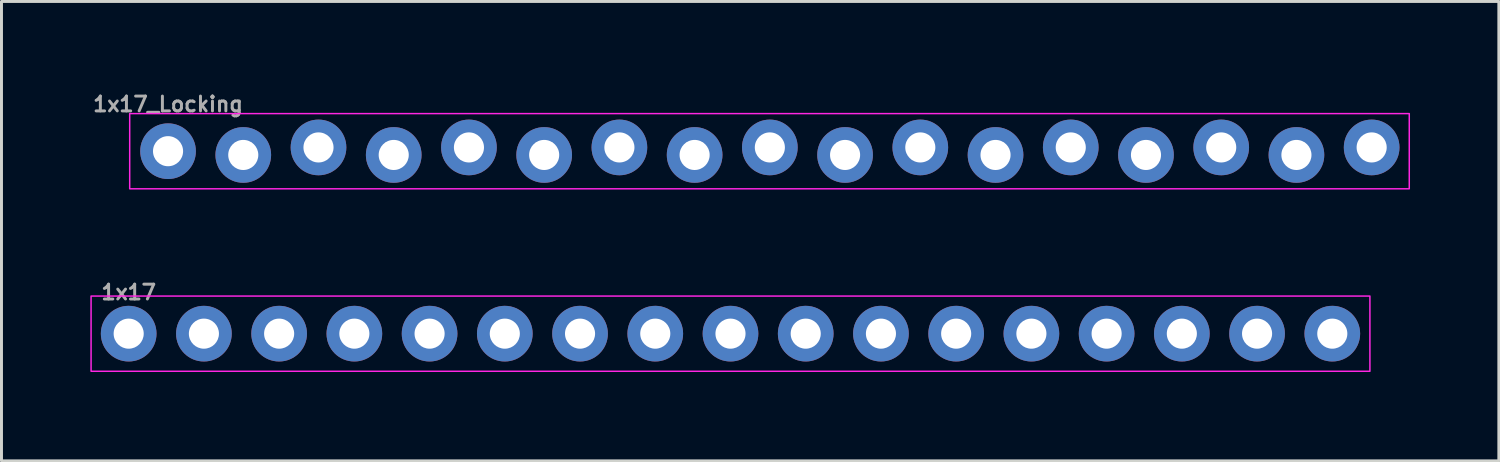
<source format=kicad_pcb>
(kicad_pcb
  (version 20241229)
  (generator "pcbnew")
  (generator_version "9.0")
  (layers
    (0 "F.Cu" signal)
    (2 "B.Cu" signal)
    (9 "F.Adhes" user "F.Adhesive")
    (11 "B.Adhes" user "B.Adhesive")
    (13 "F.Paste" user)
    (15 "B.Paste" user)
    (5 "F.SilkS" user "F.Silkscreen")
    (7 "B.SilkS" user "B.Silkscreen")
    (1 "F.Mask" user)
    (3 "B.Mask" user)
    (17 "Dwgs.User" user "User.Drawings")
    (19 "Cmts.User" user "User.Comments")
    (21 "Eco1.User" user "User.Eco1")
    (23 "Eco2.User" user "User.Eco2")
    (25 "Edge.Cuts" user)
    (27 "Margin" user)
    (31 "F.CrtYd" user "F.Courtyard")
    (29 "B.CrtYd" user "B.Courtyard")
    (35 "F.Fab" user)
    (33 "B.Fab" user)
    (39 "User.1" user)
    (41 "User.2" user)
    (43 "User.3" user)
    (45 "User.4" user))
  (footprint "1x17_Locking"
    (layer "F.Cu")
    (at 2.624 2.055)
    (property "Reference" "1x17_Locking" (at 0 -1.587 0) (layer "F.Fab") (effects (font (size 0.5 0.5) (thickness 0.1))))
    (fp_rect (start -1.295 -1.27) (end 41.91 1.27) (stroke (width 0.05) (type default)) (fill no) (layer "F.CrtYd"))
    (fp_poly (pts (xy -0.254 0.254) (xy 0.254 0.254) (xy 0.254 -0.254) (xy -0.254 -0.254)) (stroke (width 0.1) (type default)) (fill no) (layer "F.Fab"))
    (fp_poly (pts (xy 2.286 0.254) (xy 2.794 0.254) (xy 2.794 -0.254) (xy 2.286 -0.254)) (stroke (width 0.1) (type default)) (fill no) (layer "F.Fab"))
    (fp_poly (pts (xy 4.826 0.254) (xy 5.334 0.254) (xy 5.334 -0.254) (xy 4.826 -0.254)) (stroke (width 0.1) (type default)) (fill no) (layer "F.Fab"))
    (fp_poly (pts (xy 7.366 0.254) (xy 7.874 0.254) (xy 7.874 -0.254) (xy 7.366 -0.254)) (stroke (width 0.1) (type default)) (fill no) (layer "F.Fab"))
    (fp_poly (pts (xy 9.906 0.254) (xy 10.414 0.254) (xy 10.414 -0.254) (xy 9.906 -0.254)) (stroke (width 0.1) (type default)) (fill no) (layer "F.Fab"))
    (fp_poly (pts (xy 12.446 0.254) (xy 12.954 0.254) (xy 12.954 -0.254) (xy 12.446 -0.254)) (stroke (width 0.1) (type default)) (fill no) (layer "F.Fab"))
    (fp_poly (pts (xy 14.986 0.254) (xy 15.494 0.254) (xy 15.494 -0.254) (xy 14.986 -0.254)) (stroke (width 0.1) (type default)) (fill no) (layer "F.Fab"))
    (fp_poly (pts (xy 17.526 0.254) (xy 18.034 0.254) (xy 18.034 -0.254) (xy 17.526 -0.254)) (stroke (width 0.1) (type default)) (fill no) (layer "F.Fab"))
    (fp_poly (pts (xy 20.066 0.254) (xy 20.574 0.254) (xy 20.574 -0.254) (xy 20.066 -0.254)) (stroke (width 0.1) (type default)) (fill no) (layer "F.Fab"))
    (fp_poly (pts (xy 22.606 0.254) (xy 23.114 0.254) (xy 23.114 -0.254) (xy 22.606 -0.254)) (stroke (width 0.1) (type default)) (fill no) (layer "F.Fab"))
    (fp_poly (pts (xy 25.146 0.254) (xy 25.654 0.254) (xy 25.654 -0.254) (xy 25.146 -0.254)) (stroke (width 0.1) (type default)) (fill no) (layer "F.Fab"))
    (fp_poly (pts (xy 27.686 0.254) (xy 28.194 0.254) (xy 28.194 -0.254) (xy 27.686 -0.254)) (stroke (width 0.1) (type default)) (fill no) (layer "F.Fab"))
    (fp_poly (pts (xy 30.226 0.254) (xy 30.734 0.254) (xy 30.734 -0.254) (xy 30.226 -0.254)) (stroke (width 0.1) (type default)) (fill no) (layer "F.Fab"))
    (fp_poly (pts (xy 32.766 0.254) (xy 33.274 0.254) (xy 33.274 -0.254) (xy 32.766 -0.254)) (stroke (width 0.1) (type default)) (fill no) (layer "F.Fab"))
    (fp_poly (pts (xy 35.306 0.254) (xy 35.814 0.254) (xy 35.814 -0.254) (xy 35.306 -0.254)) (stroke (width 0.1) (type default)) (fill no) (layer "F.Fab"))
    (fp_poly (pts (xy 37.846 0.254) (xy 38.354 0.254) (xy 38.354 -0.254) (xy 37.846 -0.254)) (stroke (width 0.1) (type default)) (fill no) (layer "F.Fab"))
    (fp_poly (pts (xy 40.386 0.254) (xy 40.894 0.254) (xy 40.894 -0.254) (xy 40.386 -0.254)) (stroke (width 0.1) (type default)) (fill no) (layer "F.Fab"))
    (pad "1" thru_hole circle (at 0 0 90) (size 1.88 1.88) (drill 1.016) (layers "*.Cu" "*.Mask") (remove_unused_layers yes) (keep_end_layers yes) (zone_layer_connections))
    (pad "2" thru_hole circle (at 2.54 0.127 90) (size 1.88 1.88) (drill 1.016) (layers "*.Cu" "*.Mask") (remove_unused_layers yes) (keep_end_layers yes) (zone_layer_connections))
    (pad "3" thru_hole circle (at 5.08 -0.127 90) (size 1.88 1.88) (drill 1.016) (layers "*.Cu" "*.Mask") (remove_unused_layers yes) (keep_end_layers yes) (zone_layer_connections))
    (pad "4" thru_hole circle (at 7.62 0.127 90) (size 1.88 1.88) (drill 1.016) (layers "*.Cu" "*.Mask") (remove_unused_layers yes) (keep_end_layers yes) (zone_layer_connections))
    (pad "5" thru_hole circle (at 10.16 -0.127 90) (size 1.88 1.88) (drill 1.016) (layers "*.Cu" "*.Mask") (remove_unused_layers yes) (keep_end_layers yes) (zone_layer_connections))
    (pad "6" thru_hole circle (at 12.7 0.127 90) (size 1.88 1.88) (drill 1.016) (layers "*.Cu" "*.Mask") (remove_unused_layers yes) (keep_end_layers yes) (zone_layer_connections))
    (pad "7" thru_hole circle (at 15.24 -0.127 90) (size 1.88 1.88) (drill 1.016) (layers "*.Cu" "*.Mask") (remove_unused_layers yes) (keep_end_layers yes) (zone_layer_connections))
    (pad "8" thru_hole circle (at 17.78 0.127 90) (size 1.88 1.88) (drill 1.016) (layers "*.Cu" "*.Mask") (remove_unused_layers yes) (keep_end_layers yes) (zone_layer_connections))
    (pad "9" thru_hole circle (at 20.32 -0.127 90) (size 1.88 1.88) (drill 1.016) (layers "*.Cu" "*.Mask") (remove_unused_layers yes) (keep_end_layers yes) (zone_layer_connections))
    (pad "10" thru_hole circle (at 22.86 0.127 90) (size 1.88 1.88) (drill 1.016) (layers "*.Cu" "*.Mask") (remove_unused_layers yes) (keep_end_layers yes) (zone_layer_connections))
    (pad "11" thru_hole circle (at 25.4 -0.127 90) (size 1.88 1.88) (drill 1.016) (layers "*.Cu" "*.Mask") (remove_unused_layers yes) (keep_end_layers yes) (zone_layer_connections))
    (pad "12" thru_hole circle (at 27.94 0.127 90) (size 1.88 1.88) (drill 1.016) (layers "*.Cu" "*.Mask") (remove_unused_layers yes) (keep_end_layers yes) (zone_layer_connections))
    (pad "13" thru_hole circle (at 30.48 -0.127 90) (size 1.88 1.88) (drill 1.016) (layers "*.Cu" "*.Mask") (remove_unused_layers yes) (keep_end_layers yes) (zone_layer_connections))
    (pad "14" thru_hole circle (at 33.02 0.127 90) (size 1.88 1.88) (drill 1.016) (layers "*.Cu" "*.Mask") (remove_unused_layers yes) (keep_end_layers yes) (zone_layer_connections))
    (pad "15" thru_hole circle (at 35.56 -0.127 90) (size 1.88 1.88) (drill 1.016) (layers "*.Cu" "*.Mask") (remove_unused_layers yes) (keep_end_layers yes) (zone_layer_connections))
    (pad "16" thru_hole circle (at 38.1 0.127 90) (size 1.88 1.88) (drill 1.016) (layers "*.Cu" "*.Mask") (remove_unused_layers yes) (keep_end_layers yes) (zone_layer_connections))
    (pad "17" thru_hole circle (at 40.64 -0.127 90) (size 1.88 1.88) (drill 1.016) (layers "*.Cu" "*.Mask") (remove_unused_layers yes) (keep_end_layers yes) (zone_layer_connections)))
  (footprint "1x17"
    (layer "F.Cu")
    (at 1.295 8.216)
    (property "Reference" "1x17" (at 0 -1.397 0) (layer "F.Fab") (effects (font (size 0.5 0.5) (thickness 0.1))))
    (fp_rect (start -1.27 -1.27) (end 41.91 1.27) (stroke (width 0.05) (type default)) (fill no) (layer "F.CrtYd"))
    (fp_poly (pts (xy -0.254 0.254) (xy 0.254 0.254) (xy 0.254 -0.254) (xy -0.254 -0.254)) (stroke (width 0.1) (type default)) (fill no) (layer "F.Fab"))
    (fp_poly (pts (xy 2.286 0.254) (xy 2.794 0.254) (xy 2.794 -0.254) (xy 2.286 -0.254)) (stroke (width 0.1) (type default)) (fill no) (layer "F.Fab"))
    (fp_poly (pts (xy 4.826 0.254) (xy 5.334 0.254) (xy 5.334 -0.254) (xy 4.826 -0.254)) (stroke (width 0.1) (type default)) (fill no) (layer "F.Fab"))
    (fp_poly (pts (xy 7.366 0.254) (xy 7.874 0.254) (xy 7.874 -0.254) (xy 7.366 -0.254)) (stroke (width 0.1) (type default)) (fill no) (layer "F.Fab"))
    (fp_poly (pts (xy 9.906 0.254) (xy 10.414 0.254) (xy 10.414 -0.254) (xy 9.906 -0.254)) (stroke (width 0.1) (type default)) (fill no) (layer "F.Fab"))
    (fp_poly (pts (xy 12.446 0.254) (xy 12.954 0.254) (xy 12.954 -0.254) (xy 12.446 -0.254)) (stroke (width 0.1) (type default)) (fill no) (layer "F.Fab"))
    (fp_poly (pts (xy 14.986 0.254) (xy 15.494 0.254) (xy 15.494 -0.254) (xy 14.986 -0.254)) (stroke (width 0.1) (type default)) (fill no) (layer "F.Fab"))
    (fp_poly (pts (xy 17.526 0.254) (xy 18.034 0.254) (xy 18.034 -0.254) (xy 17.526 -0.254)) (stroke (width 0.1) (type default)) (fill no) (layer "F.Fab"))
    (fp_poly (pts (xy 20.066 0.254) (xy 20.574 0.254) (xy 20.574 -0.254) (xy 20.066 -0.254)) (stroke (width 0.1) (type default)) (fill no) (layer "F.Fab"))
    (fp_poly (pts (xy 22.606 0.254) (xy 23.114 0.254) (xy 23.114 -0.254) (xy 22.606 -0.254)) (stroke (width 0.1) (type default)) (fill no) (layer "F.Fab"))
    (fp_poly (pts (xy 25.146 0.254) (xy 25.654 0.254) (xy 25.654 -0.254) (xy 25.146 -0.254)) (stroke (width 0.1) (type default)) (fill no) (layer "F.Fab"))
    (fp_poly (pts (xy 27.686 0.254) (xy 28.194 0.254) (xy 28.194 -0.254) (xy 27.686 -0.254)) (stroke (width 0.1) (type default)) (fill no) (layer "F.Fab"))
    (fp_poly (pts (xy 30.226 0.254) (xy 30.734 0.254) (xy 30.734 -0.254) (xy 30.226 -0.254)) (stroke (width 0.1) (type default)) (fill no) (layer "F.Fab"))
    (fp_poly (pts (xy 32.766 0.254) (xy 33.274 0.254) (xy 33.274 -0.254) (xy 32.766 -0.254)) (stroke (width 0.1) (type default)) (fill no) (layer "F.Fab"))
    (fp_poly (pts (xy 35.306 0.254) (xy 35.814 0.254) (xy 35.814 -0.254) (xy 35.306 -0.254)) (stroke (width 0.1) (type default)) (fill no) (layer "F.Fab"))
    (fp_poly (pts (xy 37.846 0.254) (xy 38.354 0.254) (xy 38.354 -0.254) (xy 37.846 -0.254)) (stroke (width 0.1) (type default)) (fill no) (layer "F.Fab"))
    (fp_poly (pts (xy 40.386 0.254) (xy 40.894 0.254) (xy 40.894 -0.254) (xy 40.386 -0.254)) (stroke (width 0.1) (type default)) (fill no) (layer "F.Fab"))
    (pad "1" thru_hole circle (at 0 0 90) (size 1.88 1.88) (drill 1.016) (layers "*.Cu" "*.Mask") (remove_unused_layers yes) (keep_end_layers yes) (zone_layer_connections))
    (pad "2" thru_hole circle (at 2.54 0 90) (size 1.88 1.88) (drill 1.016) (layers "*.Cu" "*.Mask") (remove_unused_layers yes) (keep_end_layers yes) (zone_layer_connections))
    (pad "3" thru_hole circle (at 5.08 0 90) (size 1.88 1.88) (drill 1.016) (layers "*.Cu" "*.Mask") (remove_unused_layers yes) (keep_end_layers yes) (zone_layer_connections))
    (pad "4" thru_hole circle (at 7.62 0 90) (size 1.88 1.88) (drill 1.016) (layers "*.Cu" "*.Mask") (remove_unused_layers yes) (keep_end_layers yes) (zone_layer_connections))
    (pad "5" thru_hole circle (at 10.16 0 90) (size 1.88 1.88) (drill 1.016) (layers "*.Cu" "*.Mask") (remove_unused_layers yes) (keep_end_layers yes) (zone_layer_connections))
    (pad "6" thru_hole circle (at 12.7 0 90) (size 1.88 1.88) (drill 1.016) (layers "*.Cu" "*.Mask") (remove_unused_layers yes) (keep_end_layers yes) (zone_layer_connections))
    (pad "7" thru_hole circle (at 15.24 0 90) (size 1.88 1.88) (drill 1.016) (layers "*.Cu" "*.Mask") (remove_unused_layers yes) (keep_end_layers yes) (zone_layer_connections))
    (pad "8" thru_hole circle (at 17.78 0 90) (size 1.88 1.88) (drill 1.016) (layers "*.Cu" "*.Mask") (remove_unused_layers yes) (keep_end_layers yes) (zone_layer_connections))
    (pad "9" thru_hole circle (at 20.32 0 90) (size 1.88 1.88) (drill 1.016) (layers "*.Cu" "*.Mask") (remove_unused_layers yes) (keep_end_layers yes) (zone_layer_connections))
    (pad "10" thru_hole circle (at 22.86 0 90) (size 1.88 1.88) (drill 1.016) (layers "*.Cu" "*.Mask") (remove_unused_layers yes) (keep_end_layers yes) (zone_layer_connections))
    (pad "11" thru_hole circle (at 25.4 0 90) (size 1.88 1.88) (drill 1.016) (layers "*.Cu" "*.Mask") (remove_unused_layers yes) (keep_end_layers yes) (zone_layer_connections))
    (pad "12" thru_hole circle (at 27.94 0 90) (size 1.88 1.88) (drill 1.016) (layers "*.Cu" "*.Mask") (remove_unused_layers yes) (keep_end_layers yes) (zone_layer_connections))
    (pad "13" thru_hole circle (at 30.48 0 90) (size 1.88 1.88) (drill 1.016) (layers "*.Cu" "*.Mask") (remove_unused_layers yes) (keep_end_layers yes) (zone_layer_connections))
    (pad "14" thru_hole circle (at 33.02 0 90) (size 1.88 1.88) (drill 1.016) (layers "*.Cu" "*.Mask") (remove_unused_layers yes) (keep_end_layers yes) (zone_layer_connections))
    (pad "15" thru_hole circle (at 35.56 0 90) (size 1.88 1.88) (drill 1.016) (layers "*.Cu" "*.Mask") (remove_unused_layers yes) (keep_end_layers yes) (zone_layer_connections))
    (pad "16" thru_hole circle (at 38.1 0 90) (size 1.88 1.88) (drill 1.016) (layers "*.Cu" "*.Mask") (remove_unused_layers yes) (keep_end_layers yes) (zone_layer_connections))
    (pad "17" thru_hole circle (at 40.64 0 90) (size 1.88 1.88) (drill 1.016) (layers "*.Cu" "*.Mask") (remove_unused_layers yes) (keep_end_layers yes) (zone_layer_connections)))
  (gr_rect
    (start -3 -3)
    (end 47.559 12.511)
    (stroke (width 0.1) (type default))
    (fill no)
    (layer "Edge.Cuts")))
</source>
